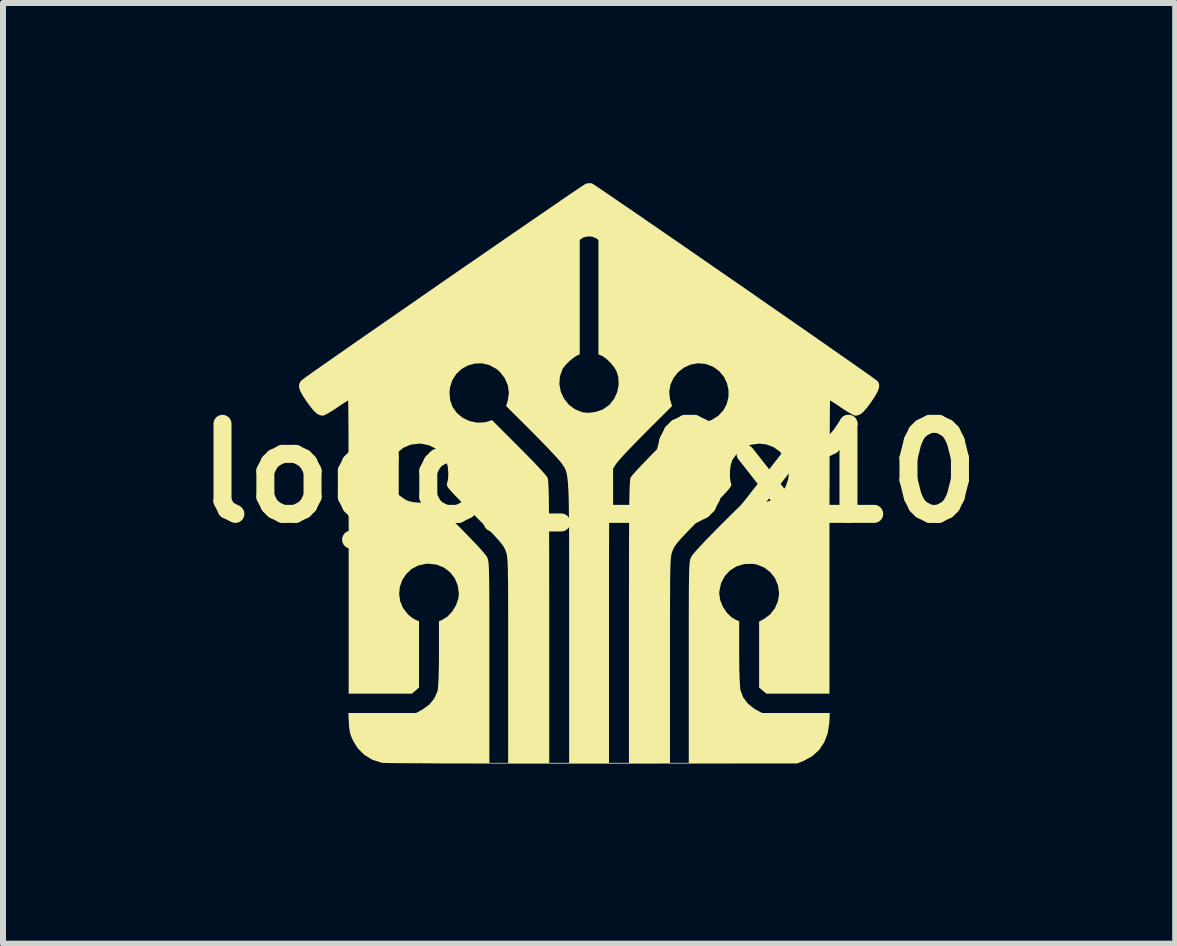
<source format=kicad_pcb>
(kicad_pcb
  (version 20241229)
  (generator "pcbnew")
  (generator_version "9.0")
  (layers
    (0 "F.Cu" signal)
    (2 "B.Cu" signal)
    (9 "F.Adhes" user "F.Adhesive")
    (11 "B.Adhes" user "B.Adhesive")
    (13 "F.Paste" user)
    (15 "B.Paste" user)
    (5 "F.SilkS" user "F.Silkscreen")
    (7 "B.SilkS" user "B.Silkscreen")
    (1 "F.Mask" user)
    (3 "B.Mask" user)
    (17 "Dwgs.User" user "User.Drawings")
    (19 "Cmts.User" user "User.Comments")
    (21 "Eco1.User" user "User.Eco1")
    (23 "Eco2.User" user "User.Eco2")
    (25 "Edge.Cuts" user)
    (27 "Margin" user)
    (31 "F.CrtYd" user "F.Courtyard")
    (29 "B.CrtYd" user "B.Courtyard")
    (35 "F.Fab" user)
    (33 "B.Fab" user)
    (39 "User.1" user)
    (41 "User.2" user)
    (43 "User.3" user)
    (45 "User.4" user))
  (footprint "logo_10x10"
    (layer "F.Cu")
    (at 6.764 4.833)
    (property "Reference" "logo_10x10" (at 0 0 0) (layer "F.SilkS") (effects (font (size 1.5 1.5) (thickness 0.3))))
    (attr board_only exclude_from_pos_files exclude_from_bom)
    (fp_poly (pts (xy 0.051 -4.825) (xy 0.073 -4.812) (xy 0.124 -4.778) (xy 0.204 -4.725) (xy 0.309 -4.653) (xy 0.437 -4.566) (xy 0.586 -4.464) (xy 0.754 -4.349) (xy 0.939 -4.222) (xy 1.138 -4.085) (xy 1.35 -3.939) (xy 1.572 -3.786) (xy 1.802 -3.627) (xy 2.037 -3.464) (xy 2.276 -3.299) (xy 2.517 -3.133) (xy 2.757 -2.967) (xy 2.993 -2.802) (xy 3.225 -2.642) (xy 3.449 -2.486) (xy 3.664 -2.337) (xy 3.866 -2.196) (xy 4.055 -2.064) (xy 4.228 -1.943) (xy 4.383 -1.835) (xy 4.517 -1.741) (xy 4.628 -1.663) (xy 4.715 -1.601) (xy 4.774 -1.558) (xy 4.804 -1.535) (xy 4.807 -1.533) (xy 4.831 -1.489) (xy 4.833 -1.437) (xy 4.813 -1.372) (xy 4.768 -1.288) (xy 4.704 -1.191) (xy 4.631 -1.091) (xy 4.571 -1.023) (xy 4.518 -0.98) (xy 4.467 -0.961) (xy 4.435 -0.957) (xy 4.404 -0.968) (xy 4.35 -0.997) (xy 4.28 -1.039) (xy 4.211 -1.084) (xy 4.137 -1.135) (xy 4.075 -1.175) (xy 4.032 -1.202) (xy 4.015 -1.211) (xy 4.014 -1.192) (xy 4.013 -1.136) (xy 4.012 -1.046) (xy 4.011 -0.924) (xy 4.01 -0.772) (xy 4.009 -0.592) (xy 4.008 -0.388) (xy 4.007 -0.161) (xy 4.007 0.087) (xy 4.006 0.353) (xy 4.006 0.634) (xy 4.005 0.928) (xy 4.005 1.231) (xy 4.005 3.673) (xy 3.479 3.673) (xy 2.953 3.673) (xy 2.893 3.623) (xy 2.833 3.572) (xy 2.833 3.022) (xy 2.833 2.472) (xy 2.919 2.426) (xy 3.015 2.354) (xy 3.092 2.256) (xy 3.144 2.14) (xy 3.165 2.017) (xy 3.165 2.002) (xy 3.147 1.867) (xy 3.096 1.747) (xy 3.016 1.646) (xy 2.912 1.569) (xy 2.789 1.521) (xy 2.719 1.51) (xy 2.58 1.515) (xy 2.454 1.554) (xy 2.345 1.623) (xy 2.259 1.718) (xy 2.199 1.833) (xy 2.171 1.966) (xy 2.169 2.011) (xy 2.185 2.117) (xy 2.229 2.225) (xy 2.294 2.323) (xy 2.374 2.401) (xy 2.445 2.443) (xy 2.501 2.467) (xy 2.501 2.991) (xy 2.502 3.15) (xy 2.504 3.295) (xy 2.508 3.42) (xy 2.513 3.52) (xy 2.519 3.59) (xy 2.522 3.614) (xy 2.567 3.734) (xy 2.646 3.839) (xy 2.752 3.924) (xy 2.775 3.937) (xy 2.882 3.996) (xy 3.446 3.996) (xy 4.01 3.996) (xy 4.002 4.162) (xy 3.976 4.331) (xy 3.919 4.482) (xy 3.832 4.612) (xy 3.717 4.716) (xy 3.579 4.791) (xy 3.468 4.836) (xy 0.049 4.839) (xy -0.315 4.839) (xy -0.669 4.839) (xy -1.011 4.839) (xy -1.339 4.838) (xy -1.652 4.838) (xy -1.946 4.837) (xy -2.22 4.836) (xy -2.472 4.836) (xy -2.7 4.834) (xy -2.902 4.833) (xy -3.076 4.832) (xy -3.219 4.831) (xy -3.331 4.829) (xy -3.407 4.827) (xy -3.448 4.826) (xy -3.453 4.825) (xy -3.61 4.775) (xy -3.744 4.694) (xy -3.855 4.582) (xy -3.93 4.461) (xy -3.964 4.385) (xy -3.985 4.317) (xy -3.997 4.239) (xy -4.002 4.164) (xy -4.01 3.996) (xy -3.446 3.996) (xy -2.882 3.996) (xy -2.775 3.937) (xy -2.663 3.856) (xy -2.579 3.754) (xy -2.528 3.637) (xy -2.522 3.614) (xy -2.516 3.565) (xy -2.511 3.481) (xy -2.506 3.37) (xy -2.503 3.236) (xy -2.501 3.084) (xy -2.501 2.991) (xy -2.501 2.467) (xy -2.445 2.443) (xy -2.359 2.389) (xy -2.281 2.306) (xy -2.22 2.206) (xy -2.18 2.098) (xy -2.169 2.011) (xy -2.187 1.874) (xy -2.237 1.752) (xy -2.315 1.651) (xy -2.417 1.573) (xy -2.538 1.524) (xy -2.673 1.508) (xy -2.719 1.51) (xy -2.848 1.539) (xy -2.958 1.597) (xy -3.046 1.68) (xy -3.112 1.78) (xy -3.152 1.892) (xy -3.164 2.011) (xy -3.148 2.131) (xy -3.1 2.246) (xy -3.018 2.351) (xy -3.014 2.355) (xy -2.961 2.4) (xy -2.906 2.435) (xy -2.891 2.443) (xy -2.833 2.467) (xy -2.833 3.019) (xy -2.833 3.572) (xy -2.893 3.623) (xy -2.953 3.673) (xy -3.479 3.673) (xy -4.005 3.673) (xy -4.005 1.231) (xy -4.005 0.925) (xy -4.006 0.631) (xy -4.006 0.35) (xy -4.006 0.084) (xy -4.007 0.022) (xy -3.332 0.022) (xy -3.311 0.146) (xy -3.257 0.261) (xy -3.174 0.361) (xy -3.064 0.439) (xy -3.018 0.461) (xy -2.937 0.482) (xy -2.839 0.491) (xy -2.743 0.487) (xy -2.668 0.47) (xy -2.652 0.464) (xy -2.635 0.463) (xy -2.616 0.468) (xy -2.59 0.484) (xy -2.556 0.512) (xy -2.508 0.554) (xy -2.445 0.615) (xy -2.362 0.696) (xy -2.257 0.8) (xy -2.174 0.883) (xy -2.045 1.014) (xy -1.933 1.13) (xy -1.839 1.229) (xy -1.767 1.31) (xy -1.719 1.368) (xy -1.699 1.398) (xy -1.693 1.413) (xy -1.687 1.43) (xy -1.682 1.451) (xy -1.677 1.479) (xy -1.673 1.517) (xy -1.67 1.567) (xy -1.668 1.631) (xy -1.666 1.713) (xy -1.664 1.814) (xy -1.663 1.937) (xy -1.662 2.086) (xy -1.661 2.261) (xy -1.661 2.467) (xy -1.661 2.705) (xy -1.661 2.979) (xy -1.661 3.152) (xy -1.661 4.826) (xy -1.504 4.826) (xy -1.348 4.826) (xy -1.348 3.117) (xy -1.348 2.82) (xy -1.348 2.559) (xy -1.348 2.332) (xy -1.349 2.136) (xy -1.349 1.969) (xy -1.35 1.828) (xy -1.352 1.711) (xy -1.353 1.615) (xy -1.356 1.538) (xy -1.358 1.476) (xy -1.362 1.428) (xy -1.366 1.391) (xy -1.37 1.361) (xy -1.376 1.338) (xy -1.382 1.317) (xy -1.389 1.297) (xy -1.39 1.295) (xy -1.403 1.262) (xy -1.42 1.23) (xy -1.444 1.194) (xy -1.478 1.151) (xy -1.524 1.098) (xy -1.586 1.031) (xy -1.666 0.947) (xy -1.768 0.843) (xy -1.895 0.716) (xy -1.908 0.702) (xy -2.036 0.574) (xy -2.138 0.47) (xy -2.217 0.388) (xy -2.277 0.325) (xy -2.32 0.277) (xy -2.348 0.242) (xy -2.363 0.216) (xy -2.37 0.197) (xy -2.369 0.181) (xy -2.365 0.168) (xy -2.349 0.093) (xy -2.345 -0.002) (xy -2.353 -0.1) (xy -2.373 -0.184) (xy -2.381 -0.206) (xy -2.453 -0.318) (xy -2.551 -0.407) (xy -2.67 -0.466) (xy -2.802 -0.492) (xy -2.831 -0.492) (xy -2.972 -0.475) (xy -3.095 -0.423) (xy -3.197 -0.338) (xy -3.272 -0.232) (xy -3.32 -0.106) (xy -3.332 0.022) (xy -4.007 0.022) (xy -4.007 -0.163) (xy -4.008 -0.39) (xy -4.008 -0.594) (xy -4.009 -0.773) (xy -4.01 -0.925) (xy -4.011 -1.047) (xy -4.012 -1.137) (xy -4.013 -1.193) (xy -4.014 -1.211) (xy -4.033 -1.201) (xy -4.077 -1.173) (xy -4.14 -1.132) (xy -4.21 -1.084) (xy -4.287 -1.034) (xy -4.356 -0.993) (xy -4.409 -0.966) (xy -4.435 -0.957) (xy -4.486 -0.966) (xy -4.537 -0.993) (xy -4.592 -1.045) (xy -4.656 -1.125) (xy -4.704 -1.191) (xy -4.772 -1.294) (xy -4.795 -1.337) (xy -2.325 -1.337) (xy -2.313 -1.211) (xy -2.275 -1.105) (xy -2.205 -1.006) (xy -2.203 -1.004) (xy -2.109 -0.924) (xy -1.994 -0.869) (xy -1.87 -0.842) (xy -1.746 -0.846) (xy -1.681 -0.862) (xy -1.618 -0.885) (xy -1.17 -0.437) (xy -1.06 -0.326) (xy -0.958 -0.222) (xy -0.867 -0.127) (xy -0.792 -0.046) (xy -0.736 0.017) (xy -0.701 0.059) (xy -0.694 0.071) (xy -0.689 0.084) (xy -0.685 0.105) (xy -0.682 0.136) (xy -0.678 0.179) (xy -0.676 0.235) (xy -0.673 0.308) (xy -0.671 0.399) (xy -0.67 0.509) (xy -0.668 0.642) (xy -0.667 0.799) (xy -0.666 0.982) (xy -0.665 1.194) (xy -0.665 1.435) (xy -0.665 1.709) (xy -0.664 2.018) (xy -0.664 2.362) (xy -0.664 2.479) (xy -0.664 4.826) (xy -0.498 4.826) (xy -0.332 4.826) (xy -0.332 2.495) (xy -0.332 2.134) (xy -0.332 2.017) (xy 0.332 2.017) (xy 0.332 2.366) (xy 0.332 2.495) (xy 0.332 4.826) (xy 0.498 4.826) (xy 0.664 4.826) (xy 0.664 3.092) (xy 1.348 3.092) (xy 1.348 3.117) (xy 1.348 4.826) (xy 1.504 4.826) (xy 1.661 4.826) (xy 1.661 3.152) (xy 1.661 2.857) (xy 1.661 2.599) (xy 1.661 2.375) (xy 1.662 2.183) (xy 1.662 2.019) (xy 1.663 1.882) (xy 1.665 1.768) (xy 1.666 1.675) (xy 1.669 1.602) (xy 1.671 1.544) (xy 1.675 1.5) (xy 1.679 1.466) (xy 1.684 1.441) (xy 1.689 1.422) (xy 1.695 1.407) (xy 1.699 1.398) (xy 1.725 1.36) (xy 1.777 1.298) (xy 1.853 1.215) (xy 1.949 1.112) (xy 2.065 0.994) (xy 2.174 0.883) (xy 2.296 0.762) (xy 2.392 0.666) (xy 2.468 0.592) (xy 2.526 0.538) (xy 2.569 0.501) (xy 2.6 0.477) (xy 2.623 0.466) (xy 2.641 0.463) (xy 2.657 0.466) (xy 2.668 0.47) (xy 2.721 0.482) (xy 2.793 0.491) (xy 2.834 0.492) (xy 2.973 0.475) (xy 3.095 0.424) (xy 3.195 0.34) (xy 3.273 0.227) (xy 3.275 0.222) (xy 3.32 0.091) (xy 3.329 -0.038) (xy 3.305 -0.16) (xy 3.252 -0.27) (xy 3.173 -0.364) (xy 3.071 -0.435) (xy 2.949 -0.48) (xy 2.831 -0.492) (xy 2.697 -0.474) (xy 2.575 -0.422) (xy 2.472 -0.339) (xy 2.394 -0.231) (xy 2.381 -0.206) (xy 2.359 -0.129) (xy 2.347 -0.034) (xy 2.346 0.064) (xy 2.358 0.147) (xy 2.365 0.168) (xy 2.369 0.183) (xy 2.369 0.199) (xy 2.362 0.219) (xy 2.344 0.246) (xy 2.314 0.283) (xy 2.269 0.333) (xy 2.206 0.399) (xy 2.123 0.485) (xy 2.018 0.592) (xy 1.908 0.702) (xy 1.779 0.832) (xy 1.675 0.938) (xy 1.593 1.024) (xy 1.529 1.092) (xy 1.482 1.146) (xy 1.447 1.19) (xy 1.422 1.227) (xy 1.405 1.259) (xy 1.391 1.292) (xy 1.39 1.295) (xy 1.383 1.315) (xy 1.376 1.336) (xy 1.371 1.359) (xy 1.366 1.388) (xy 1.362 1.425) (xy 1.359 1.472) (xy 1.356 1.532) (xy 1.354 1.609) (xy 1.352 1.703) (xy 1.35 1.818) (xy 1.35 1.957) (xy 1.349 2.122) (xy 1.348 2.315) (xy 1.348 2.54) (xy 1.348 2.798) (xy 1.348 3.092) (xy 0.664 3.092) (xy 0.664 2.479) (xy 0.664 2.123) (xy 0.665 1.803) (xy 0.665 1.519) (xy 0.665 1.267) (xy 0.666 1.046) (xy 0.667 0.854) (xy 0.668 0.689) (xy 0.669 0.549) (xy 0.671 0.431) (xy 0.673 0.335) (xy 0.675 0.257) (xy 0.678 0.195) (xy 0.681 0.148) (xy 0.684 0.114) (xy 0.688 0.09) (xy 0.692 0.075) (xy 0.694 0.071) (xy 0.714 0.043) (xy 0.759 -0.01) (xy 0.825 -0.082) (xy 0.908 -0.169) (xy 1.004 -0.269) (xy 1.11 -0.377) (xy 1.168 -0.435) (xy 1.612 -0.879) (xy 1.68 -0.86) (xy 1.811 -0.841) (xy 1.944 -0.853) (xy 2.043 -0.887) (xy 2.155 -0.958) (xy 2.239 -1.049) (xy 2.294 -1.154) (xy 2.322 -1.268) (xy 2.323 -1.385) (xy 2.297 -1.5) (xy 2.246 -1.606) (xy 2.17 -1.698) (xy 2.07 -1.771) (xy 1.946 -1.818) (xy 1.939 -1.82) (xy 1.811 -1.831) (xy 1.689 -1.808) (xy 1.578 -1.757) (xy 1.483 -1.682) (xy 1.408 -1.588) (xy 1.357 -1.479) (xy 1.335 -1.36) (xy 1.348 -1.235) (xy 1.353 -1.216) (xy 1.382 -1.118) (xy 0.954 -0.691) (xy 0.844 -0.58) (xy 0.74 -0.473) (xy 0.646 -0.375) (xy 0.566 -0.29) (xy 0.505 -0.222) (xy 0.466 -0.176) (xy 0.459 -0.166) (xy 0.441 -0.14) (xy 0.424 -0.115) (xy 0.409 -0.091) (xy 0.396 -0.065) (xy 0.384 -0.035) (xy 0.374 0.002) (xy 0.366 0.046) (xy 0.358 0.102) (xy 0.352 0.17) (xy 0.347 0.253) (xy 0.343 0.352) (xy 0.339 0.471) (xy 0.337 0.611) (xy 0.335 0.775) (xy 0.334 0.964) (xy 0.333 1.18) (xy 0.332 1.427) (xy 0.332 1.705) (xy 0.332 2.017) (xy -0.332 2.017) (xy -0.332 1.809) (xy -0.332 1.519) (xy -0.333 1.262) (xy -0.333 1.035) (xy -0.334 0.837) (xy -0.336 0.665) (xy -0.338 0.517) (xy -0.341 0.391) (xy -0.345 0.285) (xy -0.35 0.197) (xy -0.356 0.124) (xy -0.363 0.064) (xy -0.371 0.016) (xy -0.381 -0.023) (xy -0.392 -0.055) (xy -0.404 -0.082) (xy -0.419 -0.107) (xy -0.435 -0.131) (xy -0.453 -0.156) (xy -0.459 -0.166) (xy -0.49 -0.205) (xy -0.544 -0.266) (xy -0.619 -0.346) (xy -0.708 -0.441) (xy -0.81 -0.545) (xy -0.918 -0.655) (xy -0.954 -0.691) (xy -1.382 -1.118) (xy -1.353 -1.216) (xy -1.336 -1.34) (xy -1.354 -1.465) (xy -1.362 -1.483) (xy -0.495 -1.483) (xy -0.471 -1.358) (xy -0.418 -1.243) (xy -0.339 -1.143) (xy -0.236 -1.065) (xy -0.112 -1.015) (xy -0.111 -1.014) (xy -0.013 -1.005) (xy 0.097 -1.018) (xy 0.206 -1.052) (xy 0.236 -1.066) (xy 0.337 -1.138) (xy 0.416 -1.236) (xy 0.469 -1.351) (xy 0.493 -1.476) (xy 0.486 -1.603) (xy 0.46 -1.691) (xy 0.42 -1.761) (xy 0.361 -1.835) (xy 0.293 -1.901) (xy 0.229 -1.947) (xy 0.212 -1.955) (xy 0.156 -1.978) (xy 0.156 -2.932) (xy 0.156 -3.886) (xy 0.113 -3.916) (xy 0.049 -3.941) (xy -0.028 -3.944) (xy -0.097 -3.926) (xy -0.113 -3.916) (xy -0.156 -3.886) (xy -0.156 -2.933) (xy -0.156 -1.98) (xy -0.204 -1.958) (xy -0.261 -1.922) (xy -0.327 -1.867) (xy -0.389 -1.805) (xy -0.434 -1.748) (xy -0.442 -1.735) (xy -0.486 -1.611) (xy -0.495 -1.483) (xy -1.362 -1.483) (xy -1.405 -1.583) (xy -1.486 -1.687) (xy -1.545 -1.738) (xy -1.662 -1.801) (xy -1.784 -1.83) (xy -1.906 -1.826) (xy -2.022 -1.793) (xy -2.126 -1.734) (xy -2.214 -1.65) (xy -2.28 -1.546) (xy -2.318 -1.424) (xy -2.325 -1.337) (xy -4.795 -1.337) (xy -4.815 -1.375) (xy -4.833 -1.438) (xy -4.829 -1.488) (xy -4.804 -1.532) (xy -4.786 -1.551) (xy -4.763 -1.568) (xy -4.71 -1.607) (xy -4.63 -1.664) (xy -4.525 -1.738) (xy -4.396 -1.828) (xy -4.246 -1.933) (xy -4.077 -2.051) (xy -3.892 -2.18) (xy -3.692 -2.319) (xy -3.48 -2.466) (xy -3.258 -2.62) (xy -3.028 -2.779) (xy -2.793 -2.942) (xy -2.554 -3.108) (xy -2.314 -3.274) (xy -2.075 -3.439) (xy -1.838 -3.602) (xy -1.608 -3.761) (xy -1.385 -3.915) (xy -1.171 -4.062) (xy -0.97 -4.2) (xy -0.782 -4.329) (xy -0.611 -4.446) (xy -0.459 -4.551) (xy -0.327 -4.641) (xy -0.218 -4.714) (xy -0.134 -4.771) (xy -0.077 -4.808) (xy -0.05 -4.825) (xy -0.049 -4.826) (xy 0.022 -4.833)) (stroke (width 0) (type solid)) (fill yes) (layer "F.SilkS")))
  (gr_rect
    (start -3 -3)
    (end 16.529 12.672)
    (stroke (width 0.1) (type default))
    (fill no)
    (layer "Edge.Cuts")))
</source>
